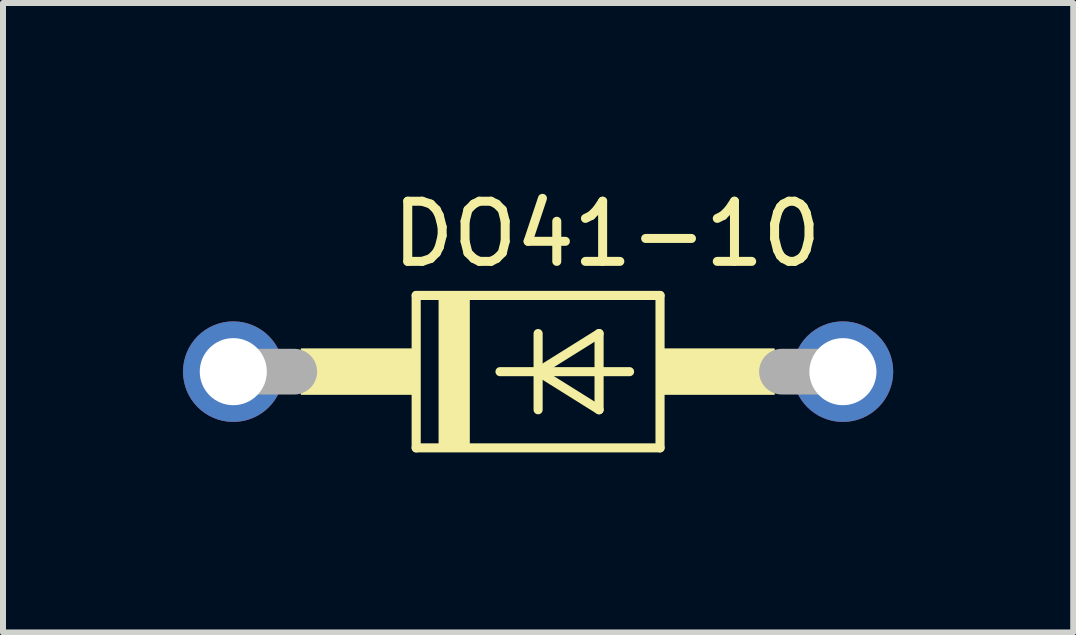
<source format=kicad_pcb>
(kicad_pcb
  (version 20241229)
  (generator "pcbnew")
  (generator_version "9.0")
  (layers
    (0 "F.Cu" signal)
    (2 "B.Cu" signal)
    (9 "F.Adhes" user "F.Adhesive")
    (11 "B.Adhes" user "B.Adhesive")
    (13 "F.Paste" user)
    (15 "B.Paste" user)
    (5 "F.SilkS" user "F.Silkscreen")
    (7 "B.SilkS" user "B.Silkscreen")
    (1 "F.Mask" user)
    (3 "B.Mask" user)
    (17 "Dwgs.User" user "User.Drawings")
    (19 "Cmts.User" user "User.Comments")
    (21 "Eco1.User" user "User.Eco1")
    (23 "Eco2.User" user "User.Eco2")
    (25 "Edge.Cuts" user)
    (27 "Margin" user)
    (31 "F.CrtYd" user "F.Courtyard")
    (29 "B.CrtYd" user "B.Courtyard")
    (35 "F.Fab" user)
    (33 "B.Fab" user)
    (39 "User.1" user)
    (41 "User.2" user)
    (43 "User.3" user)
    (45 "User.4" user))
  (footprint "DO41-10"
    (layer "F.Cu")
    (at 5.918 3.144)
    (property "Reference" "DO41-10" (at 1.147 -2.294 0) (layer "F.SilkS") (effects (font (size 1.003 1.003) (thickness 0.15))))
    (attr through_hole)
    (fp_line (start -2.032 -1.27) (end -2.032 1.27) (stroke (width 0.152) (type solid)) (layer "F.SilkS"))
    (fp_line (start -2.032 -1.27) (end 2.032 -1.27) (stroke (width 0.152) (type solid)) (layer "F.SilkS"))
    (fp_line (start -0.635 0) (end 0 0) (stroke (width 0.152) (type solid)) (layer "F.SilkS"))
    (fp_line (start 0 -0.635) (end 0 0) (stroke (width 0.152) (type solid)) (layer "F.SilkS"))
    (fp_line (start 0 0) (end 0 0.635) (stroke (width 0.152) (type solid)) (layer "F.SilkS"))
    (fp_line (start 0 0) (end 1.016 -0.635) (stroke (width 0.152) (type solid)) (layer "F.SilkS"))
    (fp_line (start 0 0) (end 1.524 0) (stroke (width 0.152) (type solid)) (layer "F.SilkS"))
    (fp_line (start 1.016 -0.635) (end 1.016 0.635) (stroke (width 0.152) (type solid)) (layer "F.SilkS"))
    (fp_line (start 1.016 0.635) (end 0 0) (stroke (width 0.152) (type solid)) (layer "F.SilkS"))
    (fp_line (start 2.032 1.27) (end -2.032 1.27) (stroke (width 0.152) (type solid)) (layer "F.SilkS"))
    (fp_line (start 2.032 1.27) (end 2.032 -1.27) (stroke (width 0.152) (type solid)) (layer "F.SilkS"))
    (fp_poly (pts (xy -3.95 -0.381) (xy -2.032 -0.381) (xy -2.032 0.382) (xy -3.95 0.382)) (stroke (width 0.01) (type solid)) (fill yes) (layer "F.SilkS"))
    (fp_poly (pts (xy -1.653 -1.27) (xy -1.143 -1.27) (xy -1.143 1.272) (xy -1.653 1.272)) (stroke (width 0.01) (type solid)) (fill yes) (layer "F.SilkS"))
    (fp_poly (pts (xy 2.036 -0.381) (xy 3.937 -0.381) (xy 3.937 0.382) (xy 2.036 0.382)) (stroke (width 0.01) (type solid)) (fill yes) (layer "F.SilkS"))
    (fp_line (start -5.08 0) (end -4.064 0) (stroke (width 0.762) (type solid)) (layer "F.Fab"))
    (fp_line (start 5.08 0) (end 4.064 0) (stroke (width 0.762) (type solid)) (layer "F.Fab"))
    (pad "A" thru_hole circle (at 5.08 0) (size 1.676 1.676) (drill 1.118) (layers "*.Cu" "*.Mask"))
    (pad "C" thru_hole circle (at -5.08 0) (size 1.676 1.676) (drill 1.118) (layers "*.Cu" "*.Mask")))
  (gr_rect
    (start -3 -3)
    (end 14.836 7.49)
    (stroke (width 0.1) (type default))
    (fill no)
    (layer "Edge.Cuts")))
</source>
